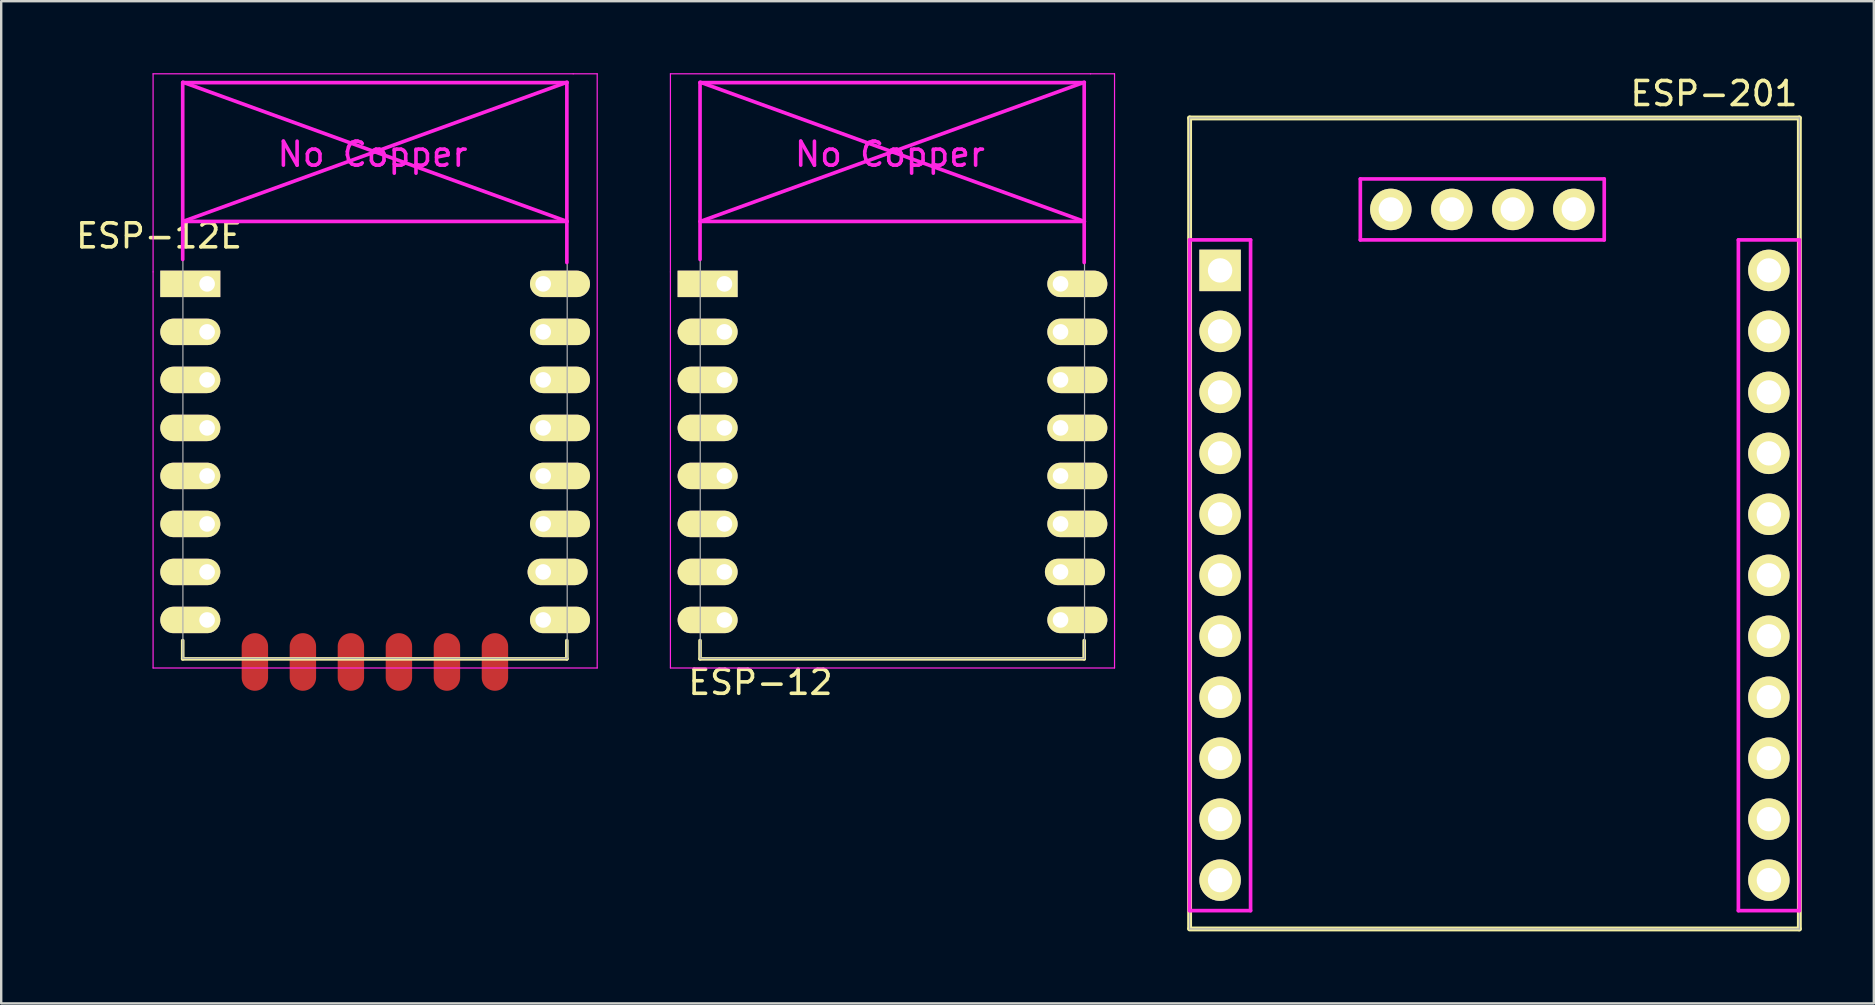
<source format=kicad_pcb>
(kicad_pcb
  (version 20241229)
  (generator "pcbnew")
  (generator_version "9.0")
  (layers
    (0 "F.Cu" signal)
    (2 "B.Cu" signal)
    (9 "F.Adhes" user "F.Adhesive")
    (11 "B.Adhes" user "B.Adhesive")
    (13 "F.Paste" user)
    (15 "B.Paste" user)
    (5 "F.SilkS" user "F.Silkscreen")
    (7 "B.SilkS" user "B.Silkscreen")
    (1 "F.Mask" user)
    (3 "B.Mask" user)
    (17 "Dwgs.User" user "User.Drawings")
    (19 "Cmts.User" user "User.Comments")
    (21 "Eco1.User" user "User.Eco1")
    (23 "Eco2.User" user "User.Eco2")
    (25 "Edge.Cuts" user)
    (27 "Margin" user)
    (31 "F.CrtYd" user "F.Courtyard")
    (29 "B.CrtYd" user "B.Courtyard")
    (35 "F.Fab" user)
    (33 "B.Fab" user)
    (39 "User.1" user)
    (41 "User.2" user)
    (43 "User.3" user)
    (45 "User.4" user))
  (footprint "ESP-201"
    (layer "F.Cu")
    (at 47.774 8.214)
    (property "Reference" "ESP-201" (at 20.574 -7.366 0) (layer "F.SilkS") (effects (font (size 1 1) (thickness 0.15))))
    (attr through_hole)
    (fp_line (start -1.27 -6.35) (end -1.27 27.407) (stroke (width 0.203) (type solid)) (layer "F.SilkS"))
    (fp_line (start -1.27 27.432) (end 24.13 27.432) (stroke (width 0.203) (type solid)) (layer "F.SilkS"))
    (fp_line (start 24.13 -6.35) (end -1.27 -6.35) (stroke (width 0.203) (type solid)) (layer "F.SilkS"))
    (fp_line (start 24.13 27.432) (end 24.13 -6.35) (stroke (width 0.203) (type solid)) (layer "F.SilkS"))
    (fp_line (start -1.27 -1.27) (end -1.27 26.67) (stroke (width 0.152) (type solid)) (layer "F.CrtYd"))
    (fp_line (start -1.27 26.67) (end 1.27 26.67) (stroke (width 0.152) (type solid)) (layer "F.CrtYd"))
    (fp_line (start 1.27 -1.27) (end -1.27 -1.27) (stroke (width 0.152) (type solid)) (layer "F.CrtYd"))
    (fp_line (start 1.27 26.67) (end 1.27 -1.27) (stroke (width 0.152) (type solid)) (layer "F.CrtYd"))
    (fp_line (start 5.842 -3.81) (end 16.002 -3.81) (stroke (width 0.152) (type solid)) (layer "F.CrtYd"))
    (fp_line (start 5.842 -1.27) (end 5.842 -3.81) (stroke (width 0.152) (type solid)) (layer "F.CrtYd"))
    (fp_line (start 16.002 -3.81) (end 16.002 -1.27) (stroke (width 0.152) (type solid)) (layer "F.CrtYd"))
    (fp_line (start 16.002 -1.27) (end 5.842 -1.27) (stroke (width 0.152) (type solid)) (layer "F.CrtYd"))
    (fp_line (start 21.59 -1.27) (end 24.13 -1.27) (stroke (width 0.152) (type solid)) (layer "F.CrtYd"))
    (fp_line (start 21.59 26.67) (end 21.59 -1.27) (stroke (width 0.152) (type solid)) (layer "F.CrtYd"))
    (fp_line (start 24.13 -1.27) (end 24.13 26.67) (stroke (width 0.152) (type solid)) (layer "F.CrtYd"))
    (fp_line (start 24.13 26.67) (end 21.59 26.67) (stroke (width 0.152) (type solid)) (layer "F.CrtYd"))
    (fp_line (start -1.27 -6.35) (end 24.13 -6.35) (stroke (width 0.05) (type solid)) (layer "F.Fab"))
    (fp_line (start -1.27 27.432) (end -1.27 -6.35) (stroke (width 0.05) (type solid)) (layer "F.Fab"))
    (fp_line (start 24.13 -6.35) (end 24.13 27.432) (stroke (width 0.05) (type solid)) (layer "F.Fab"))
    (fp_line (start 24.13 27.432) (end -1.27 27.432) (stroke (width 0.05) (type solid)) (layer "F.Fab"))
    (pad "1" thru_hole rect (at 0 0 90) (size 1.727 1.727) (drill 1.016) (layers "*.Cu" "*.Mask" "F.SilkS"))
    (pad "2" thru_hole circle (at 0 2.54 90) (size 1.727 1.727) (drill 1.016) (layers "*.Cu" "*.Mask" "F.SilkS"))
    (pad "3" thru_hole circle (at 0 5.08 90) (size 1.727 1.727) (drill 1.016) (layers "*.Cu" "*.Mask" "F.SilkS"))
    (pad "4" thru_hole circle (at 0 7.62 90) (size 1.727 1.727) (drill 1.016) (layers "*.Cu" "*.Mask" "F.SilkS"))
    (pad "5" thru_hole circle (at 0 10.16 90) (size 1.727 1.727) (drill 1.016) (layers "*.Cu" "*.Mask" "F.SilkS"))
    (pad "6" thru_hole circle (at 0 12.7 90) (size 1.727 1.727) (drill 1.016) (layers "*.Cu" "*.Mask" "F.SilkS"))
    (pad "7" thru_hole circle (at 0 15.24 90) (size 1.727 1.727) (drill 1.016) (layers "*.Cu" "*.Mask" "F.SilkS"))
    (pad "8" thru_hole circle (at 0 17.78 90) (size 1.727 1.727) (drill 1.016) (layers "*.Cu" "*.Mask" "F.SilkS"))
    (pad "9" thru_hole circle (at 0 20.32 90) (size 1.727 1.727) (drill 1.016) (layers "*.Cu" "*.Mask" "F.SilkS"))
    (pad "10" thru_hole circle (at 0 22.86 90) (size 1.727 1.727) (drill 1.016) (layers "*.Cu" "*.Mask" "F.SilkS"))
    (pad "11" thru_hole circle (at 0 25.4 90) (size 1.727 1.727) (drill 1.016) (layers "*.Cu" "*.Mask" "F.SilkS"))
    (pad "12" thru_hole circle (at 22.86 25.4 90) (size 1.727 1.727) (drill 1.016) (layers "*.Cu" "*.Mask" "F.SilkS"))
    (pad "13" thru_hole circle (at 22.86 22.86 90) (size 1.727 1.727) (drill 1.016) (layers "*.Cu" "*.Mask" "F.SilkS"))
    (pad "14" thru_hole circle (at 22.86 20.32 90) (size 1.727 1.727) (drill 1.016) (layers "*.Cu" "*.Mask" "F.SilkS"))
    (pad "15" thru_hole circle (at 22.86 17.78 90) (size 1.727 1.727) (drill 1.016) (layers "*.Cu" "*.Mask" "F.SilkS"))
    (pad "16" thru_hole circle (at 22.86 15.24 90) (size 1.727 1.727) (drill 1.016) (layers "*.Cu" "*.Mask" "F.SilkS"))
    (pad "17" thru_hole circle (at 22.86 12.7 90) (size 1.727 1.727) (drill 1.016) (layers "*.Cu" "*.Mask" "F.SilkS"))
    (pad "18" thru_hole circle (at 22.86 10.16 90) (size 1.727 1.727) (drill 1.016) (layers "*.Cu" "*.Mask" "F.SilkS"))
    (pad "19" thru_hole circle (at 22.86 7.62 90) (size 1.727 1.727) (drill 1.016) (layers "*.Cu" "*.Mask" "F.SilkS"))
    (pad "20" thru_hole circle (at 22.86 5.08 90) (size 1.727 1.727) (drill 1.016) (layers "*.Cu" "*.Mask" "F.SilkS"))
    (pad "21" thru_hole circle (at 22.86 2.54 90) (size 1.727 1.727) (drill 1.016) (layers "*.Cu" "*.Mask" "F.SilkS"))
    (pad "22" thru_hole circle (at 22.86 0 90) (size 1.727 1.727) (drill 1.016) (layers "*.Cu" "*.Mask" "F.SilkS"))
    (pad "23" thru_hole circle (at 14.732 -2.54 90) (size 1.727 1.727) (drill 1.016) (layers "*.Cu" "*.Mask" "F.SilkS"))
    (pad "24" thru_hole circle (at 12.192 -2.54 90) (size 1.727 1.727) (drill 1.016) (layers "*.Cu" "*.Mask" "F.SilkS"))
    (pad "25" thru_hole circle (at 9.652 -2.54 90) (size 1.727 1.727) (drill 1.016) (layers "*.Cu" "*.Mask" "F.SilkS"))
    (pad "26" thru_hole circle (at 7.112 -2.54 90) (size 1.727 1.727) (drill 1.016) (layers "*.Cu" "*.Mask" "F.SilkS")))
  (footprint "ESP-12"
    (layer "F.Cu")
    (at 27.127 8.775)
    (property "Reference" "ESP-12" (at 1.5 16.6 0) (layer "F.SilkS") (effects (font (size 1 1) (thickness 0.15))))
    (attr through_hole)
    (fp_line (start -1.016 14.859) (end -1.016 15.621) (stroke (width 0.152) (type solid)) (layer "F.SilkS"))
    (fp_line (start -1.016 15.621) (end 14.986 15.621) (stroke (width 0.152) (type solid)) (layer "F.SilkS"))
    (fp_line (start 14.986 15.621) (end 14.986 14.859) (stroke (width 0.152) (type solid)) (layer "F.SilkS"))
    (fp_line (start -2.25 -8.75) (end 15.25 -8.75) (stroke (width 0.05) (type solid)) (layer "F.CrtYd"))
    (fp_line (start -2.25 -0.5) (end -2.25 -8.75) (stroke (width 0.05) (type solid)) (layer "F.CrtYd"))
    (fp_line (start -2.25 16) (end -2.25 -0.5) (stroke (width 0.05) (type solid)) (layer "F.CrtYd"))
    (fp_line (start -1.016 -8.382) (end -1.016 -1.016) (stroke (width 0.152) (type solid)) (layer "F.CrtYd"))
    (fp_line (start -1.016 -8.382) (end 14.986 -8.382) (stroke (width 0.152) (type solid)) (layer "F.CrtYd"))
    (fp_line (start -1.008 -8.4) (end 14.992 -2.6) (stroke (width 0.152) (type solid)) (layer "F.CrtYd"))
    (fp_line (start -1.008 -2.6) (end 14.992 -2.6) (stroke (width 0.152) (type solid)) (layer "F.CrtYd"))
    (fp_line (start 14.986 -8.382) (end 14.986 -0.889) (stroke (width 0.152) (type solid)) (layer "F.CrtYd"))
    (fp_line (start 14.992 -8.4) (end -1.008 -2.6) (stroke (width 0.152) (type solid)) (layer "F.CrtYd"))
    (fp_line (start 15.25 -8.75) (end 16.25 -8.75) (stroke (width 0.05) (type solid)) (layer "F.CrtYd"))
    (fp_line (start 16.25 -8.75) (end 16.25 16) (stroke (width 0.05) (type solid)) (layer "F.CrtYd"))
    (fp_line (start 16.25 16) (end -2.25 16) (stroke (width 0.05) (type solid)) (layer "F.CrtYd"))
    (fp_line (start -1.008 -8.4) (end 14.992 -8.4) (stroke (width 0.05) (type solid)) (layer "F.Fab"))
    (fp_line (start -1.008 15.6) (end -1.008 -8.4) (stroke (width 0.05) (type solid)) (layer "F.Fab"))
    (fp_line (start 14.992 15.6) (end -1.008 15.6) (stroke (width 0.05) (type solid)) (layer "F.Fab"))
    (fp_line (start 15 -8.4) (end 15 15.6) (stroke (width 0.05) (type solid)) (layer "F.Fab"))
    (fp_text user "No Copper" (at 6.892 -5.4 0) (layer "F.CrtYd") (effects (font (size 1 1) (thickness 0.15))))
    (pad "1" thru_hole rect (at 0 0) (size 2.5 1.1) (drill 0.65 (offset -0.7 0)) (layers "*.Cu" "*.Mask" "F.SilkS"))
    (pad "2" thru_hole oval (at 0 2) (size 2.5 1.1) (drill 0.65 (offset -0.7 0)) (layers "*.Cu" "*.Mask" "F.SilkS"))
    (pad "3" thru_hole oval (at 0 4) (size 2.5 1.1) (drill 0.65 (offset -0.7 0)) (layers "*.Cu" "*.Mask" "F.SilkS"))
    (pad "4" thru_hole oval (at 0 6) (size 2.5 1.1) (drill 0.65 (offset -0.7 0)) (layers "*.Cu" "*.Mask" "F.SilkS"))
    (pad "5" thru_hole oval (at 0 8) (size 2.5 1.1) (drill 0.65 (offset -0.7 0)) (layers "*.Cu" "*.Mask" "F.SilkS"))
    (pad "6" thru_hole oval (at 0 10) (size 2.5 1.1) (drill 0.65 (offset -0.7 0)) (layers "*.Cu" "*.Mask" "F.SilkS"))
    (pad "7" thru_hole oval (at 0 12) (size 2.5 1.1) (drill 0.65 (offset -0.7 0)) (layers "*.Cu" "*.Mask" "F.SilkS"))
    (pad "8" thru_hole oval (at 0 14) (size 2.5 1.1) (drill 0.65 (offset -0.7 0)) (layers "*.Cu" "*.Mask" "F.SilkS"))
    (pad "9" thru_hole oval (at 14 14) (size 2.5 1.1) (drill 0.65 (offset 0.7 0)) (layers "*.Cu" "*.Mask" "F.SilkS"))
    (pad "10" thru_hole oval (at 14 12) (size 2.5 1.1) (drill 0.65 (offset 0.6 0)) (layers "*.Cu" "*.Mask" "F.SilkS"))
    (pad "11" thru_hole oval (at 14 10) (size 2.5 1.1) (drill 0.65 (offset 0.7 0)) (layers "*.Cu" "*.Mask" "F.SilkS"))
    (pad "12" thru_hole oval (at 14 8) (size 2.5 1.1) (drill 0.65 (offset 0.7 0)) (layers "*.Cu" "*.Mask" "F.SilkS"))
    (pad "13" thru_hole oval (at 14 6) (size 2.5 1.1) (drill 0.65 (offset 0.7 0)) (layers "*.Cu" "*.Mask" "F.SilkS"))
    (pad "14" thru_hole oval (at 14 4) (size 2.5 1.1) (drill 0.65 (offset 0.7 0)) (layers "*.Cu" "*.Mask" "F.SilkS"))
    (pad "15" thru_hole oval (at 14 2) (size 2.5 1.1) (drill 0.65 (offset 0.7 0)) (layers "*.Cu" "*.Mask" "F.SilkS"))
    (pad "16" thru_hole oval (at 14 0) (size 2.5 1.1) (drill 0.65 (offset 0.7 0)) (layers "*.Cu" "*.Mask" "F.SilkS")))
  (footprint "ESP-12E"
    (layer "F.Cu")
    (at 5.577 8.775)
    (property "Reference" "ESP-12E" (at -2 -2 0) (layer "F.SilkS") (effects (font (size 1 1) (thickness 0.15))))
    (attr through_hole)
    (fp_line (start -1.016 14.859) (end -1.016 15.621) (stroke (width 0.152) (type solid)) (layer "F.SilkS"))
    (fp_line (start -1.016 15.621) (end 14.986 15.621) (stroke (width 0.152) (type solid)) (layer "F.SilkS"))
    (fp_line (start 14.986 15.621) (end 14.986 14.859) (stroke (width 0.152) (type solid)) (layer "F.SilkS"))
    (fp_line (start -2.25 -8.75) (end 15.25 -8.75) (stroke (width 0.05) (type solid)) (layer "F.CrtYd"))
    (fp_line (start -2.25 -0.5) (end -2.25 -8.75) (stroke (width 0.05) (type solid)) (layer "F.CrtYd"))
    (fp_line (start -2.25 16) (end -2.25 -0.5) (stroke (width 0.05) (type solid)) (layer "F.CrtYd"))
    (fp_line (start -1.016 -8.382) (end -1.016 -1.016) (stroke (width 0.152) (type solid)) (layer "F.CrtYd"))
    (fp_line (start -1.016 -8.382) (end 14.986 -8.382) (stroke (width 0.152) (type solid)) (layer "F.CrtYd"))
    (fp_line (start -1.008 -8.4) (end 14.992 -2.6) (stroke (width 0.152) (type solid)) (layer "F.CrtYd"))
    (fp_line (start -1.008 -2.6) (end 14.992 -2.6) (stroke (width 0.152) (type solid)) (layer "F.CrtYd"))
    (fp_line (start 14.986 -8.382) (end 14.986 -0.889) (stroke (width 0.152) (type solid)) (layer "F.CrtYd"))
    (fp_line (start 14.992 -8.4) (end -1.008 -2.6) (stroke (width 0.152) (type solid)) (layer "F.CrtYd"))
    (fp_line (start 15.25 -8.75) (end 16.25 -8.75) (stroke (width 0.05) (type solid)) (layer "F.CrtYd"))
    (fp_line (start 16.25 -8.75) (end 16.25 16) (stroke (width 0.05) (type solid)) (layer "F.CrtYd"))
    (fp_line (start 16.25 16) (end -2.25 16) (stroke (width 0.05) (type solid)) (layer "F.CrtYd"))
    (fp_line (start -1.008 -8.4) (end 14.992 -8.4) (stroke (width 0.05) (type solid)) (layer "F.Fab"))
    (fp_line (start -1.008 15.6) (end -1.008 -8.4) (stroke (width 0.05) (type solid)) (layer "F.Fab"))
    (fp_line (start 14.992 15.6) (end -1.008 15.6) (stroke (width 0.05) (type solid)) (layer "F.Fab"))
    (fp_line (start 15 -8.4) (end 15 15.6) (stroke (width 0.05) (type solid)) (layer "F.Fab"))
    (fp_text user "No Copper" (at 6.892 -5.4 0) (layer "F.CrtYd") (effects (font (size 1 1) (thickness 0.15))))
    (pad "1" thru_hole rect (at 0 0) (size 2.5 1.1) (drill 0.65 (offset -0.7 0)) (layers "*.Cu" "*.Mask" "F.SilkS"))
    (pad "2" thru_hole oval (at 0 2) (size 2.5 1.1) (drill 0.65 (offset -0.7 0)) (layers "*.Cu" "*.Mask" "F.SilkS"))
    (pad "3" thru_hole oval (at 0 4) (size 2.5 1.1) (drill 0.65 (offset -0.7 0)) (layers "*.Cu" "*.Mask" "F.SilkS"))
    (pad "4" thru_hole oval (at 0 6) (size 2.5 1.1) (drill 0.65 (offset -0.7 0)) (layers "*.Cu" "*.Mask" "F.SilkS"))
    (pad "5" thru_hole oval (at 0 8) (size 2.5 1.1) (drill 0.65 (offset -0.7 0)) (layers "*.Cu" "*.Mask" "F.SilkS"))
    (pad "6" thru_hole oval (at 0 10) (size 2.5 1.1) (drill 0.65 (offset -0.7 0)) (layers "*.Cu" "*.Mask" "F.SilkS"))
    (pad "7" thru_hole oval (at 0 12) (size 2.5 1.1) (drill 0.65 (offset -0.7 0)) (layers "*.Cu" "*.Mask" "F.SilkS"))
    (pad "8" thru_hole oval (at 0 14) (size 2.5 1.1) (drill 0.65 (offset -0.7 0)) (layers "*.Cu" "*.Mask" "F.SilkS"))
    (pad "9" thru_hole oval (at 14 14) (size 2.5 1.1) (drill 0.65 (offset 0.7 0)) (layers "*.Cu" "*.Mask" "F.SilkS"))
    (pad "10" thru_hole oval (at 14 12) (size 2.5 1.1) (drill 0.65 (offset 0.6 0)) (layers "*.Cu" "*.Mask" "F.SilkS"))
    (pad "11" thru_hole oval (at 14 10) (size 2.5 1.1) (drill 0.65 (offset 0.7 0)) (layers "*.Cu" "*.Mask" "F.SilkS"))
    (pad "12" thru_hole oval (at 14 8) (size 2.5 1.1) (drill 0.65 (offset 0.7 0)) (layers "*.Cu" "*.Mask" "F.SilkS"))
    (pad "13" thru_hole oval (at 14 6) (size 2.5 1.1) (drill 0.65 (offset 0.7 0)) (layers "*.Cu" "*.Mask" "F.SilkS"))
    (pad "14" thru_hole oval (at 14 4) (size 2.5 1.1) (drill 0.65 (offset 0.7 0)) (layers "*.Cu" "*.Mask" "F.SilkS"))
    (pad "15" thru_hole oval (at 14 2) (size 2.5 1.1) (drill 0.65 (offset 0.7 0)) (layers "*.Cu" "*.Mask" "F.SilkS"))
    (pad "16" thru_hole oval (at 14 0) (size 2.5 1.1) (drill 0.65 (offset 0.7 0)) (layers "*.Cu" "*.Mask" "F.SilkS"))
    (pad "17" smd oval (at 1.99 15.75 90) (size 2.4 1.1) (layers "F.Cu" "F.Mask" "F.Paste"))
    (pad "18" smd oval (at 3.99 15.75 90) (size 2.4 1.1) (layers "F.Cu" "F.Mask" "F.Paste"))
    (pad "19" smd oval (at 5.99 15.75 90) (size 2.4 1.1) (layers "F.Cu" "F.Mask" "F.Paste"))
    (pad "20" smd oval (at 7.99 15.75 90) (size 2.4 1.1) (layers "F.Cu" "F.Mask" "F.Paste"))
    (pad "21" smd oval (at 9.99 15.75 90) (size 2.4 1.1) (layers "F.Cu" "F.Mask" "F.Paste"))
    (pad "22" smd oval (at 11.99 15.75 90) (size 2.4 1.1) (layers "F.Cu" "F.Mask" "F.Paste")))
  (gr_rect
    (start -3 -3)
    (end 75.006 38.748)
    (stroke (width 0.1) (type default))
    (fill no)
    (layer "Edge.Cuts")))
</source>
